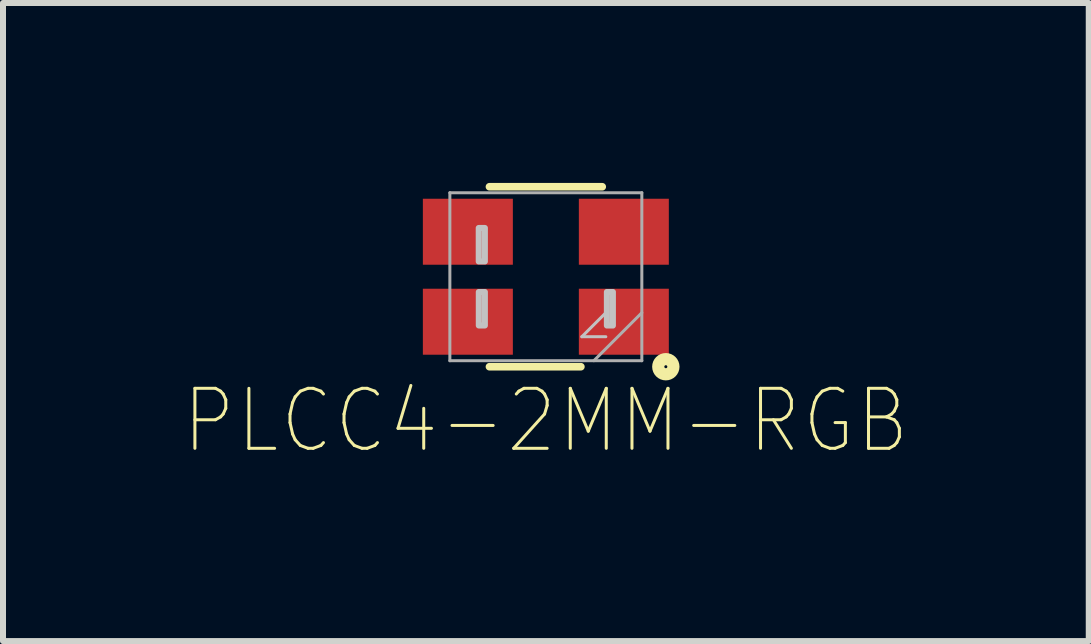
<source format=kicad_pcb>
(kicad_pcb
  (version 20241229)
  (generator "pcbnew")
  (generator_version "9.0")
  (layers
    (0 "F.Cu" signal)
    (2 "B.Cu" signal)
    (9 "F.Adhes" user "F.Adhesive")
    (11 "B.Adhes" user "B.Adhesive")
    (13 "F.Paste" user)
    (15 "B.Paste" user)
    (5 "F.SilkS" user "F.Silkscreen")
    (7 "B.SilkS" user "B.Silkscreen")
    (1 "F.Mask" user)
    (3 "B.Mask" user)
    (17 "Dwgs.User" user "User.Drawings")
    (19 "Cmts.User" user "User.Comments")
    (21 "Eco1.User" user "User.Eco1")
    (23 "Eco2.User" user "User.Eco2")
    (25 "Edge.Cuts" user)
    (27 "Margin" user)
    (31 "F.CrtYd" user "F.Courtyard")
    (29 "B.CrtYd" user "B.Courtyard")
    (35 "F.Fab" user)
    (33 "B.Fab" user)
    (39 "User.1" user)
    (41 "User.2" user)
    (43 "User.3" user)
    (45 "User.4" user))
  (footprint "PLCC4-2MM-RGB"
    (layer "F.Cu")
    (at 6.049 1.563)
    (property "Reference" "PLCC4-2MM-RGB" (at 0 2.4 0) (layer "F.SilkS") (effects (font (size 1 0.9) (thickness 0.05))))
    (attr smd)
    (fp_line (start -0.94 -1.5) (end 0.94 -1.5) (stroke (width 0.127) (type solid)) (layer "F.SilkS"))
    (fp_line (start 0.584 1.5) (end -0.94 1.5) (stroke (width 0.127) (type solid)) (layer "F.SilkS"))
    (fp_circle (center 2 1.5) (end 2.025 1.5) (stroke (width 0.203) (type solid)) (fill no) (layer "F.SilkS"))
    (fp_line (start 1 0.6) (end 0.6 1) (stroke (width 0.05) (type solid)) (layer "Dwgs.User"))
    (fp_line (start 1 1) (end 0.6 1) (stroke (width 0.05) (type solid)) (layer "Dwgs.User"))
    (fp_poly (pts (xy -1.119 -0.813) (xy -1.016 -0.813) (xy -1.016 -0.254) (xy -1.119 -0.254)) (stroke (width 0.1) (type solid)) (fill no) (layer "Dwgs.User"))
    (fp_poly (pts (xy -1.118 0.254) (xy -1.016 0.254) (xy -1.016 0.813) (xy -1.118 0.813)) (stroke (width 0.1) (type solid)) (fill no) (layer "Dwgs.User"))
    (fp_poly (pts (xy 1.017 0.254) (xy 1.118 0.254) (xy 1.118 0.814) (xy 1.017 0.814)) (stroke (width 0.1) (type solid)) (fill no) (layer "Dwgs.User"))
    (fp_line (start -1.6 -1.4) (end -1.6 1.4) (stroke (width 0.05) (type solid)) (layer "F.Fab"))
    (fp_line (start -1.6 -1.4) (end 1.6 -1.4) (stroke (width 0.05) (type solid)) (layer "F.Fab"))
    (fp_line (start -1.6 1.4) (end 1.6 1.4) (stroke (width 0.05) (type solid)) (layer "F.Fab"))
    (fp_line (start 1.6 -1.4) (end 1.6 1.4) (stroke (width 0.05) (type solid)) (layer "F.Fab"))
    (fp_line (start 1.6 0.6) (end 0.8 1.4) (stroke (width 0.05) (type solid)) (layer "F.Fab"))
    (pad "1" smd rect (at 1.3 0.75) (size 1.5 1.1) (layers "F.Cu" "F.Mask" "F.Paste"))
    (pad "2" smd rect (at 1.3 -0.75) (size 1.5 1.1) (layers "F.Cu" "F.Mask" "F.Paste"))
    (pad "3" smd rect (at -1.3 -0.75) (size 1.5 1.1) (layers "F.Cu" "F.Mask" "F.Paste"))
    (pad "4" smd rect (at -1.3 0.75) (size 1.5 1.1) (layers "F.Cu" "F.Mask" "F.Paste")))
  (gr_rect
    (start -3 -3)
    (end 15.099 7.636)
    (stroke (width 0.1) (type default))
    (fill no)
    (layer "Edge.Cuts")))
</source>
